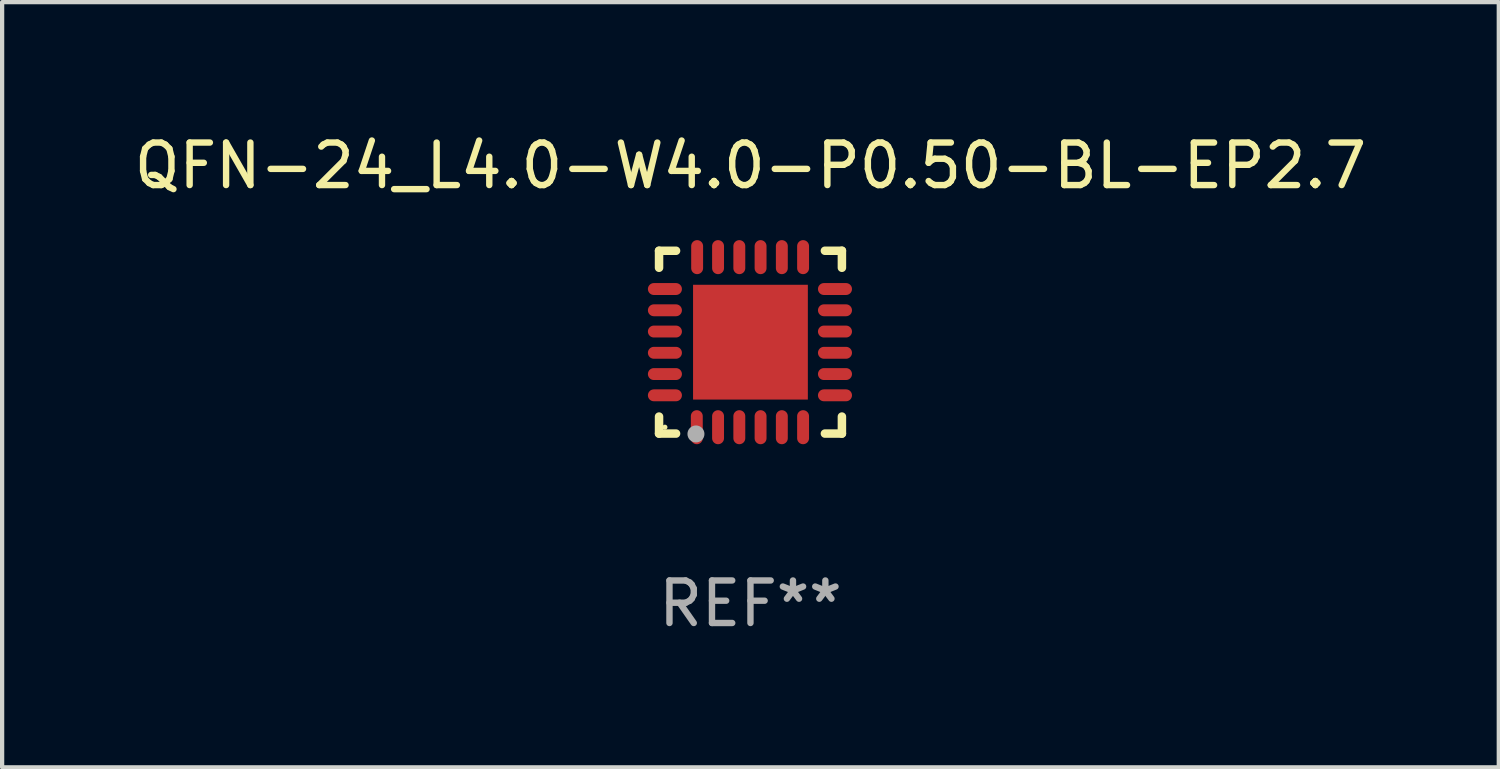
<source format=kicad_pcb>
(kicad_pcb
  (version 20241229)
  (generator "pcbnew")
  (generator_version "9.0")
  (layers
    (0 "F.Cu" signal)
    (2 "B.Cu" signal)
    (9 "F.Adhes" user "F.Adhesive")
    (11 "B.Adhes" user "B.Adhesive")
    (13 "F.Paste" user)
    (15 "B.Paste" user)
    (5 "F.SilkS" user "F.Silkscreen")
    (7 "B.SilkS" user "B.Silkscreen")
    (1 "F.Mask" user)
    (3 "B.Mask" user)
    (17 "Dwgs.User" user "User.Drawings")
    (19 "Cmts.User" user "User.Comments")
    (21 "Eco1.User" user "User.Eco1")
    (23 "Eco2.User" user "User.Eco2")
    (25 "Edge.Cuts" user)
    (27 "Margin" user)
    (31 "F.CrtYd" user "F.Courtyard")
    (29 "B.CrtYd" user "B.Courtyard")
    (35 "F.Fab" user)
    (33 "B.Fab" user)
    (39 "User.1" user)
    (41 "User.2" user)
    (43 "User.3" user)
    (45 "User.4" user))
  (footprint "QFN-24_L4.0-W4.0-P0.50-BL-EP2.7"
    (layer "F.Cu")
    (at 14.589 4.998)
    (property "Reference" "QFN-24_L4.0-W4.0-P0.50-BL-EP2.7" (at 0.012 -4.15 0) (layer "F.SilkS") (effects (font (size 1 1) (thickness 0.15))))
    (attr through_hole)
    (fp_line (start -2.138 -2.15) (end -1.738 -2.15) (stroke (width 0.2) (type solid)) (layer "F.SilkS"))
    (fp_line (start -2.138 -1.75) (end -2.138 -2.15) (stroke (width 0.2) (type solid)) (layer "F.SilkS"))
    (fp_line (start -2.138 2.15) (end -2.138 1.75) (stroke (width 0.2) (type solid)) (layer "F.SilkS"))
    (fp_line (start -1.738 2.15) (end -2.138 2.15) (stroke (width 0.2) (type solid)) (layer "F.SilkS"))
    (fp_line (start 2.163 -2.15) (end 1.763 -2.15) (stroke (width 0.2) (type solid)) (layer "F.SilkS"))
    (fp_line (start 2.163 -1.75) (end 2.163 -2.15) (stroke (width 0.2) (type solid)) (layer "F.SilkS"))
    (fp_line (start 2.163 1.75) (end 2.163 2.15) (stroke (width 0.2) (type solid)) (layer "F.SilkS"))
    (fp_line (start 2.163 2.15) (end 1.763 2.15) (stroke (width 0.2) (type solid)) (layer "F.SilkS"))
    (fp_circle (center -2 2) (end -1.97 2) (stroke (width 0.06) (type solid)) (fill no) (layer "F.SilkS"))
    (fp_circle (center -1.27 2.159) (end -1.17 2.159) (stroke (width 0.2) (type solid)) (fill no) (layer "F.Fab"))
    (fp_text user "REF**" (at 0.012 6.15 0) (layer "F.Fab") (effects (font (size 1 1) (thickness 0.15))))
    (pad "1" smd oval (at -1.25 2) (size 0.28 0.8) (layers "F.Cu" "F.Mask" "F.Paste"))
    (pad "2" smd oval (at -0.75 2) (size 0.28 0.8) (layers "F.Cu" "F.Mask" "F.Paste"))
    (pad "3" smd oval (at -0.25 2) (size 0.28 0.8) (layers "F.Cu" "F.Mask" "F.Paste"))
    (pad "4" smd oval (at 0.25 2) (size 0.28 0.8) (layers "F.Cu" "F.Mask" "F.Paste"))
    (pad "5" smd oval (at 0.75 2) (size 0.28 0.8) (layers "F.Cu" "F.Mask" "F.Paste"))
    (pad "6" smd oval (at 1.25 2) (size 0.28 0.8) (layers "F.Cu" "F.Mask" "F.Paste"))
    (pad "7" smd oval (at 2 1.25) (size 0.8 0.28) (layers "F.Cu" "F.Mask" "F.Paste"))
    (pad "8" smd oval (at 2 0.75) (size 0.8 0.28) (layers "F.Cu" "F.Mask" "F.Paste"))
    (pad "9" smd oval (at 2 0.25) (size 0.8 0.28) (layers "F.Cu" "F.Mask" "F.Paste"))
    (pad "10" smd oval (at 2 -0.25) (size 0.8 0.28) (layers "F.Cu" "F.Mask" "F.Paste"))
    (pad "11" smd oval (at 2 -0.75) (size 0.8 0.28) (layers "F.Cu" "F.Mask" "F.Paste"))
    (pad "12" smd oval (at 2 -1.25) (size 0.8 0.28) (layers "F.Cu" "F.Mask" "F.Paste"))
    (pad "13" smd oval (at 1.25 -2) (size 0.28 0.8) (layers "F.Cu" "F.Mask" "F.Paste"))
    (pad "14" smd oval (at 0.75 -2) (size 0.28 0.8) (layers "F.Cu" "F.Mask" "F.Paste"))
    (pad "15" smd oval (at 0.25 -2) (size 0.28 0.8) (layers "F.Cu" "F.Mask" "F.Paste"))
    (pad "16" smd oval (at -0.25 -2) (size 0.28 0.8) (layers "F.Cu" "F.Mask" "F.Paste"))
    (pad "17" smd oval (at -0.75 -2) (size 0.28 0.8) (layers "F.Cu" "F.Mask" "F.Paste"))
    (pad "18" smd oval (at -1.242 -2) (size 0.28 0.8) (layers "F.Cu" "F.Mask" "F.Paste"))
    (pad "19" smd oval (at -2 -1.25) (size 0.8 0.28) (layers "F.Cu" "F.Mask" "F.Paste"))
    (pad "20" smd oval (at -2 -0.75) (size 0.8 0.28) (layers "F.Cu" "F.Mask" "F.Paste"))
    (pad "21" smd oval (at -2 -0.25) (size 0.8 0.28) (layers "F.Cu" "F.Mask" "F.Paste"))
    (pad "22" smd oval (at -2 0.25) (size 0.8 0.28) (layers "F.Cu" "F.Mask" "F.Paste"))
    (pad "23" smd oval (at -2 0.75) (size 0.8 0.28) (layers "F.Cu" "F.Mask" "F.Paste"))
    (pad "24" smd oval (at -2 1.25) (size 0.8 0.28) (layers "F.Cu" "F.Mask" "F.Paste"))
    (pad "25" smd rect (at 0.012 0) (size 2.7 2.7) (layers "F.Cu" "F.Mask" "F.Paste")))
  (gr_rect
    (start -3 -3)
    (end 32.202 14.997)
    (stroke (width 0.1) (type default))
    (fill no)
    (layer "Edge.Cuts")))
</source>
